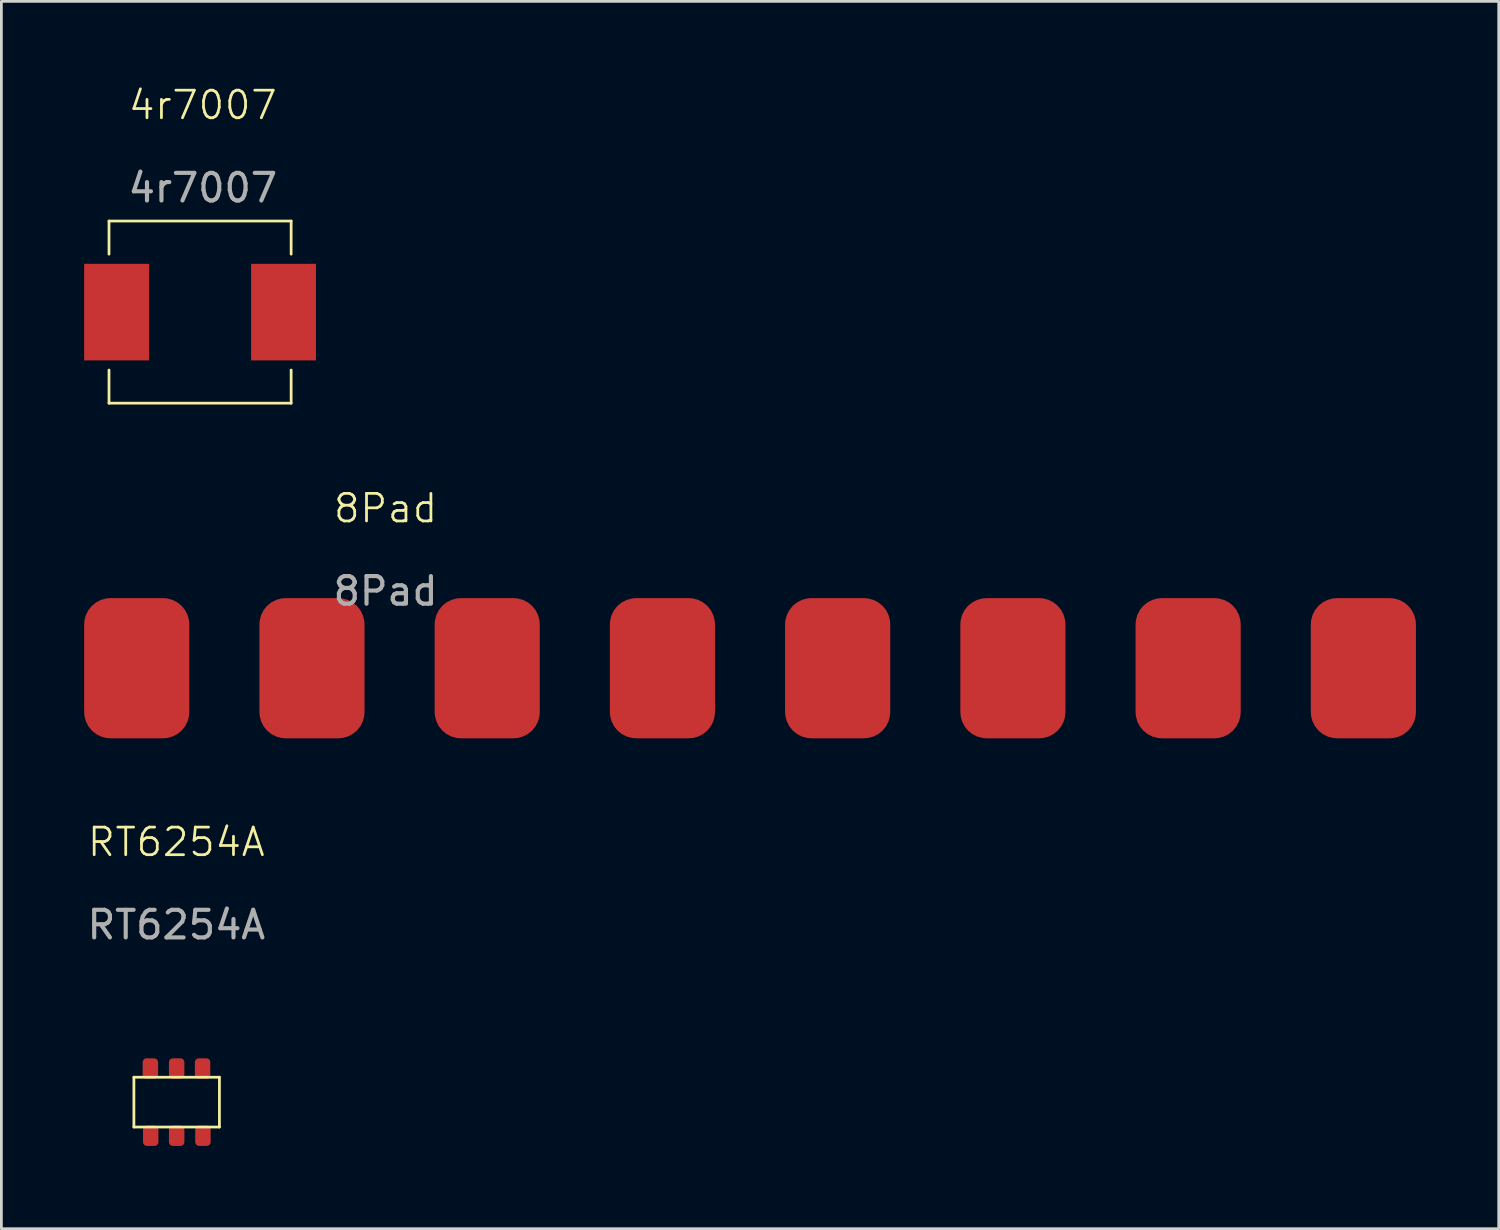
<source format=kicad_pcb>
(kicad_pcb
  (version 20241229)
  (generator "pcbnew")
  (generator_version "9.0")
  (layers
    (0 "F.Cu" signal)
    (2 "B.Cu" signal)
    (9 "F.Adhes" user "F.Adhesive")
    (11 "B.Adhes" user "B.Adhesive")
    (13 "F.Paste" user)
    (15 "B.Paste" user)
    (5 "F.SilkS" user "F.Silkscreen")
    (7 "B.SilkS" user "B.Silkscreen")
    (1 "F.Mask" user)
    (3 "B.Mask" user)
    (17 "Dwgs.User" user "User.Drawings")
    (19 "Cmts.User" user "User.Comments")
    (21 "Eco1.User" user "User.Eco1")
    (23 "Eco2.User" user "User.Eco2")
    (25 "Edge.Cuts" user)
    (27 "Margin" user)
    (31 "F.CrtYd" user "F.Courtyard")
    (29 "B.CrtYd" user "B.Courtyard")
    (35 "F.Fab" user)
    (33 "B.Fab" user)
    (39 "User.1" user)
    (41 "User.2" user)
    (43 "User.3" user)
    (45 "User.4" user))
  (footprint "8Pad"
    (layer "F.Cu")
    (at 1.905 21.164)
    (property "Reference" "8Pad" (at 9.017 -5.793 0) (unlocked yes) (layer "F.SilkS") (effects (font (size 1 1) (thickness 0.1))))
    (attr smd)
    (fp_text user "${REFERENCE}" (at 9.017 -2.793 0) (unlocked yes) (layer "F.Fab") (effects (font (size 1 1) (thickness 0.15))))
    (pad "1" smd roundrect (at 0 0 90) (size 5.08 3.81) (layers "F.Cu" "F.Mask" "F.Paste") (roundrect_rratio 0.25))
    (pad "2" smd roundrect (at 6.35 0 90) (size 5.08 3.81) (layers "F.Cu" "F.Mask" "F.Paste") (roundrect_rratio 0.25))
    (pad "3" smd roundrect (at 12.7 0 90) (size 5.08 3.81) (layers "F.Cu" "F.Mask" "F.Paste") (roundrect_rratio 0.25))
    (pad "4" smd roundrect (at 19.05 0 90) (size 5.08 3.81) (layers "F.Cu" "F.Mask" "F.Paste") (roundrect_rratio 0.25))
    (pad "5" smd roundrect (at 25.4 0 90) (size 5.08 3.81) (layers "F.Cu" "F.Mask" "F.Paste") (roundrect_rratio 0.25))
    (pad "6" smd roundrect (at 31.75 0 90) (size 5.08 3.81) (layers "F.Cu" "F.Mask" "F.Paste") (roundrect_rratio 0.25))
    (pad "7" smd roundrect (at 38.1 0 90) (size 5.08 3.81) (layers "F.Cu" "F.Mask" "F.Paste") (roundrect_rratio 0.25))
    (pad "8" smd roundrect (at 44.45 0 90) (size 5.08 3.81) (layers "F.Cu" "F.Mask" "F.Paste") (roundrect_rratio 0.25)))
  (footprint "4r7007"
    (layer "F.Cu")
    (at 4.2 4.96)
    (property "Reference" "4r7007" (at 0.1 -4.2 0) (unlocked yes) (layer "F.SilkS") (effects (font (size 1 1) (thickness 0.1))))
    (attr smd)
    (fp_line (start -3.3 0) (end -3.3 1.2) (stroke (width 0.1) (type default)) (layer "F.SilkS"))
    (fp_line (start -3.3 6.6) (end -3.3 5.4) (stroke (width 0.1) (type default)) (layer "F.SilkS"))
    (fp_line (start -3.3 6.6) (end 3.3 6.6) (stroke (width 0.1) (type default)) (layer "F.SilkS"))
    (fp_line (start 3.3 0) (end -3.3 0) (stroke (width 0.1) (type default)) (layer "F.SilkS"))
    (fp_line (start 3.3 0) (end 3.3 1.2) (stroke (width 0.1) (type default)) (layer "F.SilkS"))
    (fp_line (start 3.3 6.6) (end 3.3 5.4) (stroke (width 0.1) (type default)) (layer "F.SilkS"))
    (fp_line (start -1.85 0) (end -1.85 6.6) (stroke (width 0.1) (type default)) (layer "User.1"))
    (fp_line (start 1.85 0) (end 1.85 6.6) (stroke (width 0.1) (type default)) (layer "User.1"))
    (fp_text user "${REFERENCE}" (at 0.1 -1.2 0) (unlocked yes) (layer "F.Fab") (effects (font (size 1 1) (thickness 0.15))))
    (pad "1" smd rect (at -3.025 3.3 270) (size 3.5 2.35) (layers "F.Cu" "F.Mask" "F.Paste"))
    (pad "2" smd rect (at 3.025 3.3 90) (size 3.5 2.35) (layers "F.Cu" "F.Mask" "F.Paste")))
  (footprint "RT6254A"
    (layer "F.Cu")
    (at 3.339 36.964)
    (property "Reference" "RT6254A" (at 0 -9.5 0) (unlocked yes) (layer "F.SilkS") (effects (font (size 1 1) (thickness 0.1))))
    (attr smd)
    (fp_line (start -1.537 -0.978) (end 1.562 -0.978) (stroke (width 0.1) (type default)) (layer "F.SilkS"))
    (fp_line (start -1.537 0.826) (end -1.537 -0.978) (stroke (width 0.1) (type default)) (layer "F.SilkS"))
    (fp_line (start 1.562 -0.978) (end 1.562 0.826) (stroke (width 0.1) (type default)) (layer "F.SilkS"))
    (fp_line (start 1.562 0.826) (end -1.537 0.826) (stroke (width 0.1) (type default)) (layer "F.SilkS"))
    (fp_line (start -1.537 -0.978) (end -1.537 0.826) (stroke (width 0.1) (type default)) (layer "User.1"))
    (fp_line (start -1.537 0.826) (end 1.562 0.826) (stroke (width 0.1) (type default)) (layer "User.1"))
    (fp_line (start -0.927 -1.575) (end -0.927 1.422) (stroke (width 0.1) (type default)) (layer "User.1"))
    (fp_line (start 0.013 -0.978) (end 0.013 -1.575) (stroke (width 0.1) (type default)) (layer "User.1"))
    (fp_line (start 0.013 0.826) (end 0.013 1.422) (stroke (width 0.1) (type default)) (layer "User.1"))
    (fp_line (start 0.953 -1.575) (end 0.953 1.422) (stroke (width 0.1) (type default)) (layer "User.1"))
    (fp_line (start 1.562 -0.978) (end -1.537 -0.978) (stroke (width 0.1) (type default)) (layer "User.1"))
    (fp_line (start 1.562 0.826) (end 1.562 -0.978) (stroke (width 0.1) (type default)) (layer "User.1"))
    (fp_text user "${REFERENCE}" (at 0 -6.5 0) (unlocked yes) (layer "F.Fab") (effects (font (size 1 1) (thickness 0.15))))
    (pad "1" smd roundrect (at -0.927 1.143 180) (size 0.559 0.737) (layers "F.Cu" "F.Mask" "F.Paste") (roundrect_rratio 0.25))
    (pad "2" smd roundrect (at 0.013 1.143 180) (size 0.559 0.737) (layers "F.Cu" "F.Mask" "F.Paste") (roundrect_rratio 0.25))
    (pad "3" smd roundrect (at 0.965 1.143 180) (size 0.559 0.737) (layers "F.Cu" "F.Mask" "F.Paste") (roundrect_rratio 0.25))
    (pad "4" smd roundrect (at 0.952 -1.295 180) (size 0.559 0.737) (layers "F.Cu" "F.Mask" "F.Paste") (roundrect_rratio 0.25))
    (pad "5" smd roundrect (at 0.013 -1.295 180) (size 0.559 0.737) (layers "F.Cu" "F.Mask" "F.Paste") (roundrect_rratio 0.25))
    (pad "6" smd roundrect (at -0.94 -1.295 180) (size 0.559 0.737) (layers "F.Cu" "F.Mask" "F.Paste") (roundrect_rratio 0.25)))
  (gr_rect
    (start -3 -3)
    (end 51.26 41.475)
    (stroke (width 0.1) (type default))
    (fill no)
    (layer "Edge.Cuts")))
</source>
